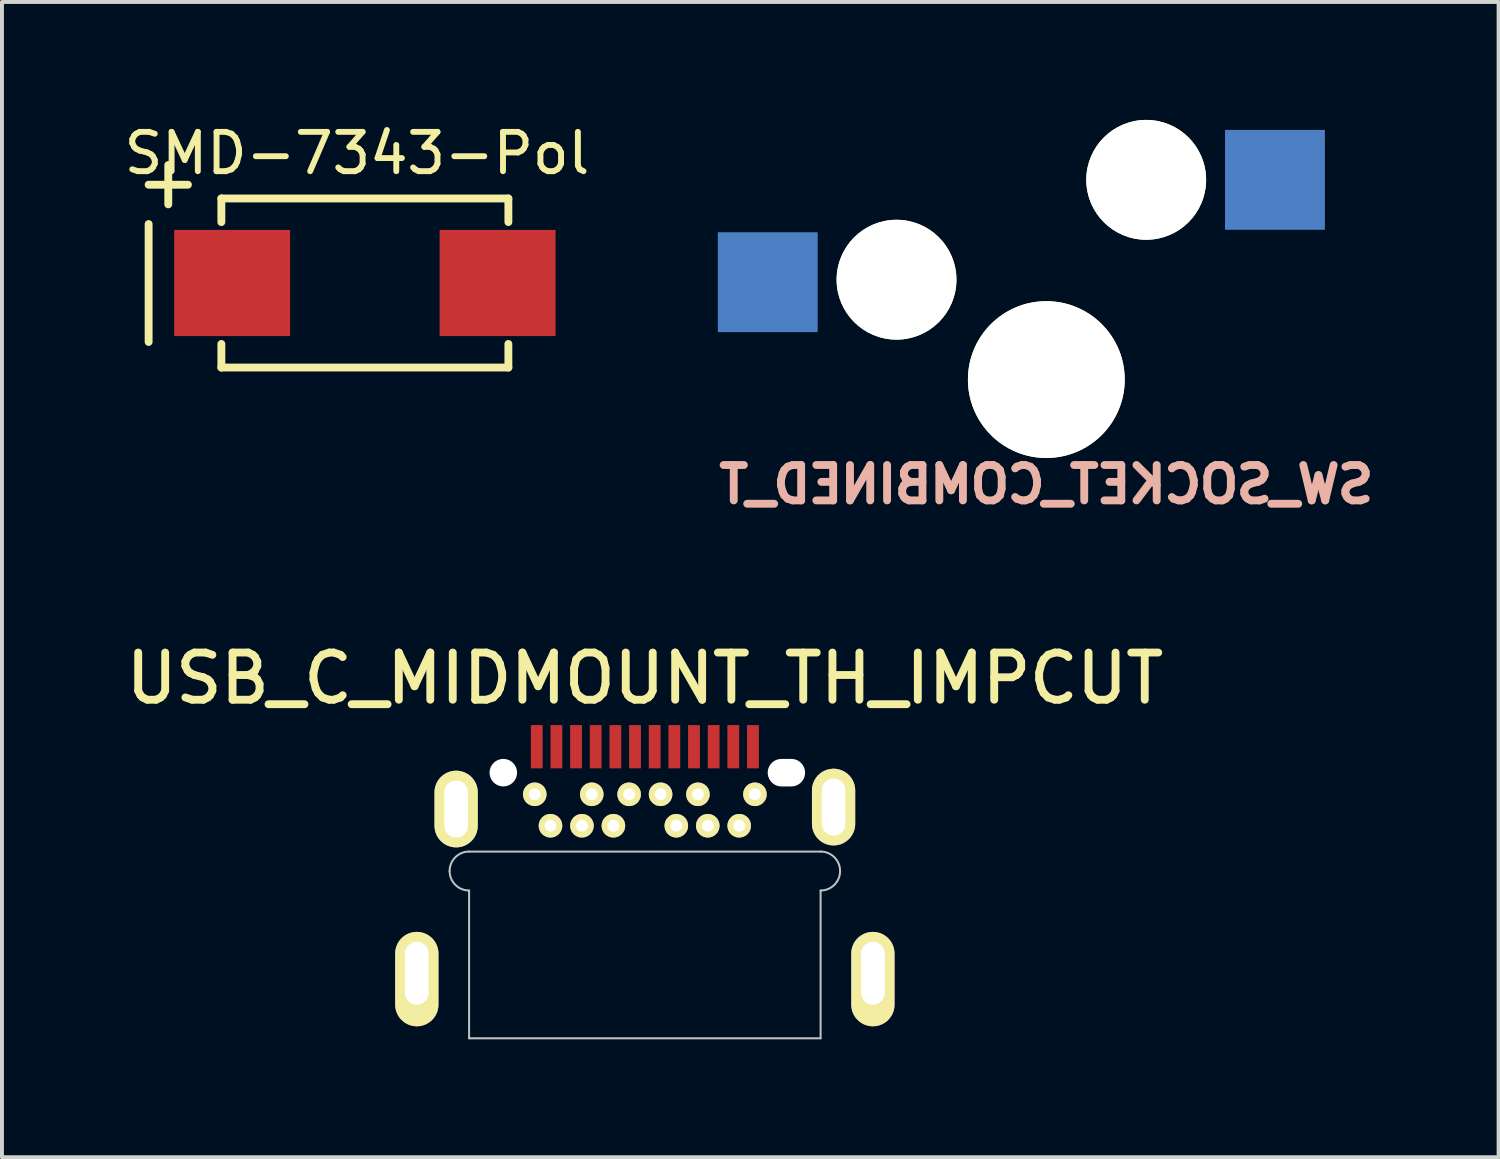
<source format=kicad_pcb>
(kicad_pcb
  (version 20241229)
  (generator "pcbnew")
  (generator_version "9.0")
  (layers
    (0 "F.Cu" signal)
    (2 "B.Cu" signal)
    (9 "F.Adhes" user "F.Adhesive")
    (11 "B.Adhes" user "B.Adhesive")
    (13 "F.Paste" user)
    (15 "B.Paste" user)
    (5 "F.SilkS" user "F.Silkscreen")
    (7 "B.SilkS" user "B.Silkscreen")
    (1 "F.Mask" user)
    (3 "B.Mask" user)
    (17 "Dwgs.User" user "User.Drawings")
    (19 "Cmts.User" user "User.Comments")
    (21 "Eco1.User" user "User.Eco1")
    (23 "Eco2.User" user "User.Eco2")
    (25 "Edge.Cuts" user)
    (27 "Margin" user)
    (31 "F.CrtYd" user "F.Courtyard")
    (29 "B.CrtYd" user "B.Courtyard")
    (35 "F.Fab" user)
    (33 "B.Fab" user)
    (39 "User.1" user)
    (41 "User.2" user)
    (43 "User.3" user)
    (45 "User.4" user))
  (footprint "SMD-7343-Pol"
    (layer "F.Cu")
    (at 6.23 4.148)
    (property "Reference" "SMD-7343-Pol" (at -0.201 -3.299 0) (layer "F.SilkS") (effects (font (size 1 1) (thickness 0.15))))
    (attr smd)
    (fp_line (start -5.5 -2.5) (end -4.5 -2.5) (stroke (width 0.2) (type solid)) (layer "F.SilkS"))
    (fp_line (start -5.5 -1.5) (end -5.5 1.5) (stroke (width 0.2) (type solid)) (layer "F.SilkS"))
    (fp_line (start -5 -2) (end -5 -3) (stroke (width 0.2) (type solid)) (layer "F.SilkS"))
    (fp_line (start -3.65 -2.15) (end -3.65 -1.55) (stroke (width 0.2) (type solid)) (layer "F.SilkS"))
    (fp_line (start -3.65 -2.15) (end 3.65 -2.15) (stroke (width 0.2) (type solid)) (layer "F.SilkS"))
    (fp_line (start -3.65 2.15) (end -3.65 1.55) (stroke (width 0.2) (type solid)) (layer "F.SilkS"))
    (fp_line (start 3.65 -2.15) (end 3.65 -1.55) (stroke (width 0.2) (type solid)) (layer "F.SilkS"))
    (fp_line (start 3.65 2.15) (end -3.65 2.15) (stroke (width 0.2) (type solid)) (layer "F.SilkS"))
    (fp_line (start 3.65 2.15) (end 3.65 1.55) (stroke (width 0.2) (type solid)) (layer "F.SilkS"))
    (pad "1" smd rect (at -3.376 0) (size 2.949 2.7) (layers "F.Cu" "F.Mask" "F.Paste"))
    (pad "2" smd rect (at 3.376 0) (size 2.949 2.7) (layers "F.Cu" "F.Mask" "F.Paste")))
  (footprint "SW_SOCKET_COMBINED_T"
    (layer "F.Cu")
    (at 23.562 6.604)
    (property "Reference" "SW_SOCKET_COMBINED_T" (at 0 2.667 0) (layer "B.SilkS") (effects (font (size 0.9 0.9) (thickness 0.2)) (justify mirror)))
    (attr through_hole)
    (pad "" np_thru_hole circle (at -3.81 -2.54) (size 3.048 3.048) (drill 3.048) (layers "*.Cu" "*.Mask" "F.SilkS"))
    (pad "" np_thru_hole circle (at 0 0) (size 3.988 3.988) (drill 3.988) (layers "*.Cu" "*.Mask" "F.SilkS"))
    (pad "" np_thru_hole circle (at 2.54 -5.08) (size 3.048 3.048) (drill 3.048) (layers "*.Cu" "*.Mask" "F.SilkS"))
    (pad "1" smd rect (at -7.085 -2.477) (size 2.54 2.54) (layers "B.Cu" "B.Mask" "B.Paste"))
    (pad "2" smd rect (at 5.815 -5.08) (size 2.54 2.54) (layers "B.Cu" "B.Mask" "B.Paste")))
  (footprint "USB_C_MIDMOUNT_TH_IMPCUT"
    (layer "F.Cu")
    (at 13.351 16.602)
    (property "Reference" "USB_C_MIDMOUNT_TH_IMPCUT" (at 0 -2.4 0) (layer "F.SilkS") (effects (font (size 1.2 1.2) (thickness 0.2))))
    (attr smd)
    (fp_line (start -7.073 4) (end -7.073 6.25) (stroke (width 0.65) (type solid)) (layer "F.Paste"))
    (fp_line (start -7.073 6.25) (end -5.323 6.25) (stroke (width 0.65) (type solid)) (layer "F.Paste"))
    (fp_line (start -6.6 -0.5) (end -6.6 1.65) (stroke (width 0.65) (type solid)) (layer "F.Paste"))
    (fp_line (start -6.6 1.65) (end -4.45 1.65) (stroke (width 0.65) (type solid)) (layer "F.Paste"))
    (fp_line (start -6.473 4) (end -6.473 6.25) (stroke (width 0.65) (type solid)) (layer "F.Paste"))
    (fp_line (start -6 -0.45) (end -6 1.65) (stroke (width 0.65) (type solid)) (layer "F.Paste"))
    (fp_line (start -5.923 6.25) (end -5.923 4) (stroke (width 0.65) (type solid)) (layer "F.Paste"))
    (fp_line (start -5.4 -0.5) (end -5.4 1.65) (stroke (width 0.65) (type solid)) (layer "F.Paste"))
    (fp_line (start -5.323 4) (end -7.073 4) (stroke (width 0.65) (type solid)) (layer "F.Paste"))
    (fp_line (start -5.323 6.25) (end -5.323 4) (stroke (width 0.65) (type solid)) (layer "F.Paste"))
    (fp_line (start -4.9 -0.5) (end -4.9 1.65) (stroke (width 0.65) (type solid)) (layer "F.Paste"))
    (fp_line (start -4.45 -0.5) (end -6.6 -0.5) (stroke (width 0.65) (type solid)) (layer "F.Paste"))
    (fp_line (start -4.45 1.65) (end -4.45 -0.5) (stroke (width 0.65) (type solid)) (layer "F.Paste"))
    (fp_line (start -2.8 0.55) (end -2.8 0.38) (stroke (width 0.65) (type solid)) (layer "F.Paste"))
    (fp_line (start -2.8 0.55) (end -2.4 0.55) (stroke (width 0.65) (type solid)) (layer "F.Paste"))
    (fp_line (start -2.8 1.5) (end -2.4 1.5) (stroke (width 0.65) (type solid)) (layer "F.Paste"))
    (fp_line (start -2.4 1.35) (end -2.4 1.5) (stroke (width 0.65) (type solid)) (layer "F.Paste"))
    (fp_line (start -1.6 1.35) (end -1.6 1.65) (stroke (width 0.65) (type solid)) (layer "F.Paste"))
    (fp_line (start -1.35 0.55) (end -1.6 0.55) (stroke (width 0.65) (type solid)) (layer "F.Paste"))
    (fp_line (start -1.35 0.55) (end -1.35 0.38) (stroke (width 0.65) (type solid)) (layer "F.Paste"))
    (fp_line (start -0.8 1.35) (end -0.8 1.5) (stroke (width 0.65) (type solid)) (layer "F.Paste"))
    (fp_line (start -0.8 1.5) (end -0.4 1.5) (stroke (width 0.65) (type solid)) (layer "F.Paste"))
    (fp_line (start -0.4 0.55) (end -0.55 0.55) (stroke (width 0.65) (type solid)) (layer "F.Paste"))
    (fp_line (start -0.4 0.55) (end -0.4 0.38) (stroke (width 0.65) (type solid)) (layer "F.Paste"))
    (fp_line (start 0.4 0.55) (end 0.4 0.38) (stroke (width 0.65) (type solid)) (layer "F.Paste"))
    (fp_line (start 0.4 0.55) (end 0.55 0.55) (stroke (width 0.65) (type solid)) (layer "F.Paste"))
    (fp_line (start 0.4 1.5) (end 0.8 1.5) (stroke (width 0.65) (type solid)) (layer "F.Paste"))
    (fp_line (start 0.8 1.35) (end 0.8 1.5) (stroke (width 0.65) (type solid)) (layer "F.Paste"))
    (fp_line (start 1.35 0.55) (end 1.35 0.38) (stroke (width 0.65) (type solid)) (layer "F.Paste"))
    (fp_line (start 1.35 0.55) (end 1.6 0.55) (stroke (width 0.65) (type solid)) (layer "F.Paste"))
    (fp_line (start 1.6 1.35) (end 1.6 1.65) (stroke (width 0.65) (type solid)) (layer "F.Paste"))
    (fp_line (start 2.4 1.35) (end 2.4 1.5) (stroke (width 0.65) (type solid)) (layer "F.Paste"))
    (fp_line (start 2.4 1.5) (end 2.8 1.5) (stroke (width 0.65) (type solid)) (layer "F.Paste"))
    (fp_line (start 2.8 0.55) (end 2.4 0.55) (stroke (width 0.65) (type solid)) (layer "F.Paste"))
    (fp_line (start 2.8 0.55) (end 2.8 0.38) (stroke (width 0.65) (type solid)) (layer "F.Paste"))
    (fp_line (start 4.45 -0.5) (end 4.45 1.65) (stroke (width 0.65) (type solid)) (layer "F.Paste"))
    (fp_line (start 4.45 1.65) (end 6.6 1.65) (stroke (width 0.65) (type solid)) (layer "F.Paste"))
    (fp_line (start 5.05 -0.45) (end 5.05 1.65) (stroke (width 0.65) (type solid)) (layer "F.Paste"))
    (fp_line (start 5.323 4) (end 5.323 6.25) (stroke (width 0.65) (type solid)) (layer "F.Paste"))
    (fp_line (start 5.323 6.25) (end 7.073 6.25) (stroke (width 0.65) (type solid)) (layer "F.Paste"))
    (fp_line (start 5.65 -0.5) (end 5.65 1.65) (stroke (width 0.65) (type solid)) (layer "F.Paste"))
    (fp_line (start 5.923 4) (end 5.923 6.25) (stroke (width 0.65) (type solid)) (layer "F.Paste"))
    (fp_line (start 6.15 -0.5) (end 6.15 1.65) (stroke (width 0.65) (type solid)) (layer "F.Paste"))
    (fp_line (start 6.473 6.25) (end 6.473 4) (stroke (width 0.65) (type solid)) (layer "F.Paste"))
    (fp_line (start 6.6 -0.5) (end 4.45 -0.5) (stroke (width 0.65) (type solid)) (layer "F.Paste"))
    (fp_line (start 6.6 1.65) (end 6.6 -0.5) (stroke (width 0.65) (type solid)) (layer "F.Paste"))
    (fp_line (start 7.073 4) (end 5.323 4) (stroke (width 0.65) (type solid)) (layer "F.Paste"))
    (fp_line (start 7.073 6.25) (end 7.073 4) (stroke (width 0.65) (type solid)) (layer "F.Paste"))
    (fp_line (start -4.47 2.007) (end 4.47 2.007) (stroke (width 0.051) (type solid)) (layer "Dwgs.User"))
    (fp_line (start -4.47 6.756) (end -4.47 2.997) (stroke (width 0.051) (type solid)) (layer "Dwgs.User"))
    (fp_line (start 4.47 2.997) (end 4.47 6.756) (stroke (width 0.051) (type solid)) (layer "Dwgs.User"))
    (fp_line (start 4.47 6.756) (end -4.47 6.756) (stroke (width 0.051) (type solid)) (layer "Dwgs.User"))
    (fp_arc (start -4.9657 2.5019) (mid -4.82063 2.15167) (end -4.4704 2.0066) (stroke (width 0.0508) (type solid)) (layer "Dwgs.User"))
    (fp_arc (start -4.4704 2.9972) (mid -4.82063 2.85213) (end -4.9657 2.5019) (stroke (width 0.0508) (type solid)) (layer "Dwgs.User"))
    (fp_arc (start 4.4704 2.0066) (mid 4.82063 2.15167) (end 4.9657 2.5019) (stroke (width 0.0508) (type solid)) (layer "Dwgs.User"))
    (fp_arc (start 4.9657 2.5019) (mid 4.82063 2.85213) (end 4.4704 2.9972) (stroke (width 0.0508) (type solid)) (layer "Dwgs.User"))
    (pad "" np_thru_hole circle (at -3.6 0) (size 0.7 0.7) (drill 0.7) (layers "*.Cu" "*.Mask"))
    (pad "" np_thru_hole oval (at 3.6 0) (size 0.95 0.7) (drill oval 0.95 0.7) (layers "*.Cu" "*.Mask"))
    (pad "1" smd rect (at -2.75 -0.66) (size 0.3 1.1) (layers "F.Cu" "F.Mask" "F.Paste"))
    (pad "2" smd rect (at -2.25 -0.66) (size 0.3 1.1) (layers "F.Cu" "F.Mask" "F.Paste"))
    (pad "3" smd rect (at -1.75 -0.66) (size 0.3 1.1) (layers "F.Cu" "F.Mask" "F.Paste"))
    (pad "4" smd rect (at -1.25 -0.66) (size 0.3 1.1) (layers "F.Cu" "F.Mask" "F.Paste"))
    (pad "5" smd rect (at -0.75 -0.66) (size 0.3 1.1) (layers "F.Cu" "F.Mask" "F.Paste"))
    (pad "6" smd rect (at -0.25 -0.66) (size 0.3 1.1) (layers "F.Cu" "F.Mask" "F.Paste"))
    (pad "7" smd rect (at 0.25 -0.66) (size 0.3 1.1) (layers "F.Cu" "F.Mask" "F.Paste"))
    (pad "8" smd rect (at 0.75 -0.66) (size 0.3 1.1) (layers "F.Cu" "F.Mask" "F.Paste"))
    (pad "9" smd rect (at 1.25 -0.66) (size 0.3 1.1) (layers "F.Cu" "F.Mask" "F.Paste"))
    (pad "10" smd rect (at 1.75 -0.66) (size 0.3 1.1) (layers "F.Cu" "F.Mask" "F.Paste"))
    (pad "11" smd rect (at 2.25 -0.66) (size 0.3 1.1) (layers "F.Cu" "F.Mask" "F.Paste"))
    (pad "12" smd rect (at 2.75 -0.66) (size 0.3 1.1) (layers "F.Cu" "F.Mask" "F.Paste"))
    (pad "13" thru_hole circle (at 2.8 0.55) (size 0.6 0.6) (drill 0.3) (layers "*.Cu" "*.Mask" "F.SilkS"))
    (pad "14" thru_hole circle (at 2.4 1.35) (size 0.6 0.6) (drill 0.3) (layers "*.Cu" "*.Mask" "F.SilkS"))
    (pad "15" thru_hole circle (at 1.6 1.35) (size 0.6 0.6) (drill 0.3) (layers "*.Cu" "*.Mask" "F.SilkS"))
    (pad "16" thru_hole circle (at 1.35 0.55) (size 0.6 0.6) (drill 0.3) (layers "*.Cu" "*.Mask" "F.SilkS"))
    (pad "17" thru_hole circle (at 0.8 1.35) (size 0.6 0.6) (drill 0.3) (layers "*.Cu" "*.Mask" "F.SilkS"))
    (pad "18" thru_hole circle (at 0.4 0.55) (size 0.6 0.6) (drill 0.3) (layers "*.Cu" "*.Mask" "F.SilkS"))
    (pad "19" thru_hole circle (at -0.4 0.55) (size 0.6 0.6) (drill 0.3) (layers "*.Cu" "*.Mask" "F.SilkS"))
    (pad "20" thru_hole circle (at -0.8 1.35) (size 0.6 0.6) (drill 0.3) (layers "*.Cu" "*.Mask" "F.SilkS"))
    (pad "21" thru_hole circle (at -1.35 0.55) (size 0.6 0.6) (drill 0.3) (layers "*.Cu" "*.Mask" "F.SilkS"))
    (pad "22" thru_hole circle (at -1.6 1.35) (size 0.6 0.6) (drill 0.3) (layers "*.Cu" "*.Mask" "F.SilkS"))
    (pad "23" thru_hole circle (at -2.4 1.35) (size 0.6 0.6) (drill 0.3) (layers "*.Cu" "*.Mask" "F.SilkS"))
    (pad "24" thru_hole circle (at -2.8 0.55) (size 0.6 0.6) (drill 0.3) (layers "*.Cu" "*.Mask" "F.SilkS"))
    (pad "25" thru_hole oval (at -5.8 5.1) (size 1.1 2.4) (drill oval 0.6 1.6 (offset 0 0.15)) (layers "*.Cu" "*.Mask" "F.SilkS"))
    (pad "25" thru_hole oval (at -4.8 0.925) (size 1.1 1.95) (drill oval 0.6 1.45) (layers "*.Cu" "*.Mask" "F.SilkS"))
    (pad "25" thru_hole oval (at 4.8 0.875) (size 1.1 1.95) (drill oval 0.6 1.45) (layers "*.Cu" "*.Mask" "F.SilkS"))
    (pad "25" thru_hole oval (at 5.8 5.1) (size 1.1 2.4) (drill oval 0.6 1.6 (offset 0 0.15)) (layers "*.Cu" "*.Mask" "F.SilkS")))
  (gr_rect
    (start -3 -3)
    (end 35.065 26.383)
    (stroke (width 0.1) (type default))
    (fill no)
    (layer "Edge.Cuts")))
</source>
